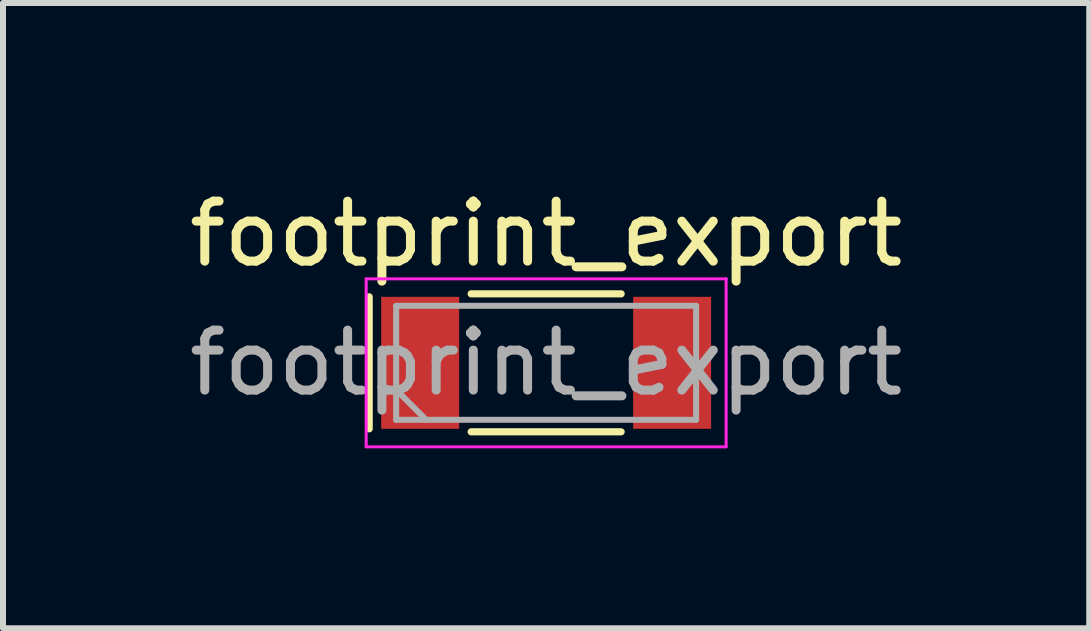
<source format=kicad_pcb>
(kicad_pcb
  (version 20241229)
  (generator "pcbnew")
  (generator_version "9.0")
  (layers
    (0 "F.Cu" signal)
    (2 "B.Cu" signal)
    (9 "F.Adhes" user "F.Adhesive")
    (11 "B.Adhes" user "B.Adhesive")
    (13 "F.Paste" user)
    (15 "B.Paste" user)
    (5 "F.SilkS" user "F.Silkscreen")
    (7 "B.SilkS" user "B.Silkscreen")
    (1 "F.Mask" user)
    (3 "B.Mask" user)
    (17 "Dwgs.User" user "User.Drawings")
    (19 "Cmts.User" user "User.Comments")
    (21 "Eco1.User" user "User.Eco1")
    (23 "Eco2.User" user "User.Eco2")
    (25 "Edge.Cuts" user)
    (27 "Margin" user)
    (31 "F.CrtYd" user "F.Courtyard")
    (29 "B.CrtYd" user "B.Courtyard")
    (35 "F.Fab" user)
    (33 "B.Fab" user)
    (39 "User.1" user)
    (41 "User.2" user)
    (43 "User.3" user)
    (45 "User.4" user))
  (footprint "footprint_export"
    (layer "F.Cu")
    (at 6.054 2.998)
    (property "Reference" "footprint_export" (at 0 -2.15 0) (layer "F.SilkS") (effects (font (size 1 1) (thickness 0.15))))
    (attr smd)
    (fp_line (start -2.95 -1.1) (end -2.95 1.1) (stroke (width 0.12) (type solid)) (layer "F.SilkS"))
    (fp_line (start -1.25 -1.15) (end 1.25 -1.15) (stroke (width 0.12) (type solid)) (layer "F.SilkS"))
    (fp_line (start -1.25 1.15) (end 1.25 1.15) (stroke (width 0.12) (type solid)) (layer "F.SilkS"))
    (fp_line (start -3 -1.4) (end -3 1.4) (stroke (width 0.05) (type solid)) (layer "F.CrtYd"))
    (fp_line (start -3 1.4) (end 3 1.4) (stroke (width 0.05) (type solid)) (layer "F.CrtYd"))
    (fp_line (start 3 -1.4) (end -3 -1.4) (stroke (width 0.05) (type solid)) (layer "F.CrtYd"))
    (fp_line (start 3 1.4) (end 3 -1.4) (stroke (width 0.05) (type solid)) (layer "F.CrtYd"))
    (fp_line (start -2.5 -0.95) (end -2.5 0.95) (stroke (width 0.1) (type solid)) (layer "F.Fab"))
    (fp_line (start -2.5 0.45) (end -2 0.95) (stroke (width 0.1) (type solid)) (layer "F.Fab"))
    (fp_line (start -2.5 0.95) (end 2.5 0.95) (stroke (width 0.1) (type solid)) (layer "F.Fab"))
    (fp_line (start 2.5 -0.95) (end -2.5 -0.95) (stroke (width 0.1) (type solid)) (layer "F.Fab"))
    (fp_line (start 2.5 0.95) (end 2.5 -0.95) (stroke (width 0.1) (type solid)) (layer "F.Fab"))
    (fp_text user "${REFERENCE}" (at 0 0 0) (layer "F.Fab") (effects (font (size 1 1) (thickness 0.15))))
    (pad "1" smd rect (at -2.1 0) (size 1.3 2.2) (layers "F.Cu" "F.Mask" "F.Paste"))
    (pad "2" smd rect (at 2.1 0) (size 1.3 2.2) (layers "F.Cu" "F.Mask" "F.Paste")))
  (gr_rect
    (start -3 -3)
    (end 15.107 7.423)
    (stroke (width 0.1) (type default))
    (fill no)
    (layer "Edge.Cuts")))
</source>
